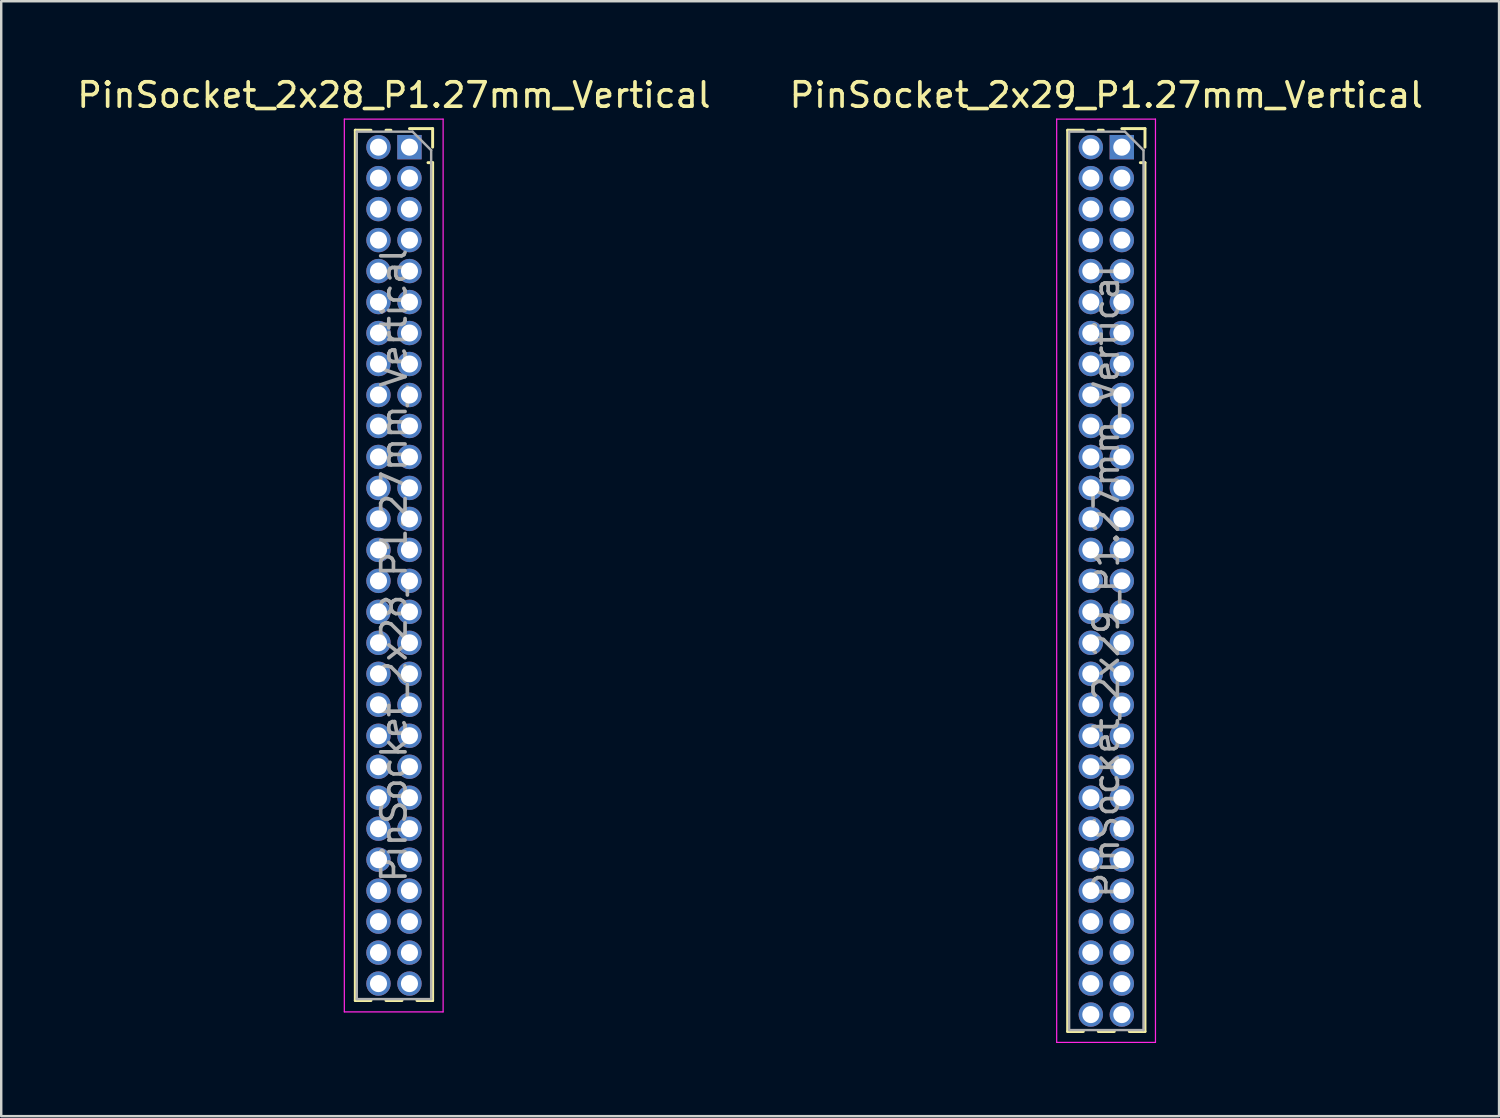
<source format=kicad_pcb>
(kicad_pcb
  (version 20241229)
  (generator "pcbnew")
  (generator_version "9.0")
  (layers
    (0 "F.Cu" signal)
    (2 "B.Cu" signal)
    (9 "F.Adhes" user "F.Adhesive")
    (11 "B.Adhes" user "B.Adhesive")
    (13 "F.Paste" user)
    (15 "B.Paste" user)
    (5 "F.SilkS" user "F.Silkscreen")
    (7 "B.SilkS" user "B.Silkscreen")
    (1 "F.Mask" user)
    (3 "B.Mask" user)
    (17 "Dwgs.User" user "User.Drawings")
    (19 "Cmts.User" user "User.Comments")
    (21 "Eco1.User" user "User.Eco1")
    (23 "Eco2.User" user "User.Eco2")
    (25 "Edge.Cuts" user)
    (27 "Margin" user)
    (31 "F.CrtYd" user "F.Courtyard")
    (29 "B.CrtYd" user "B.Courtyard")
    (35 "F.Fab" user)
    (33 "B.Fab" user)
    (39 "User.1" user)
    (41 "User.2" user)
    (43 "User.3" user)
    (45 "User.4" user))
  (footprint "PinSocket_2x28_P1.27mm_Vertical"
    (layer "F.Cu")
    (at 13.736 2.983)
    (property "Reference" "PinSocket_2x28_P1.27mm_Vertical" (at -0.635 -2.135 0) (layer "F.SilkS") (effects (font (size 1 1) (thickness 0.15))))
    (attr through_hole)
    (fp_line (start -2.22 -0.695) (end -2.22 34.985) (stroke (width 0.12) (type solid)) (layer "F.SilkS"))
    (fp_line (start -2.22 -0.695) (end -1.578 -0.695) (stroke (width 0.12) (type solid)) (layer "F.SilkS"))
    (fp_line (start -2.22 34.985) (end -1.578 34.985) (stroke (width 0.12) (type solid)) (layer "F.SilkS"))
    (fp_line (start -0.962 -0.695) (end -0.76 -0.695) (stroke (width 0.12) (type solid)) (layer "F.SilkS"))
    (fp_line (start -0.962 34.985) (end -0.308 34.985) (stroke (width 0.12) (type solid)) (layer "F.SilkS"))
    (fp_line (start 0 -0.76) (end 0.95 -0.76) (stroke (width 0.12) (type solid)) (layer "F.SilkS"))
    (fp_line (start 0.308 34.985) (end 0.95 34.985) (stroke (width 0.12) (type solid)) (layer "F.SilkS"))
    (fp_line (start 0.76 0.635) (end 0.95 0.635) (stroke (width 0.12) (type solid)) (layer "F.SilkS"))
    (fp_line (start 0.95 -0.76) (end 0.95 0) (stroke (width 0.12) (type solid)) (layer "F.SilkS"))
    (fp_line (start 0.95 0.635) (end 0.95 34.985) (stroke (width 0.12) (type solid)) (layer "F.SilkS"))
    (fp_line (start -2.67 -1.15) (end 1.38 -1.15) (stroke (width 0.05) (type solid)) (layer "F.CrtYd"))
    (fp_line (start -2.67 35.45) (end -2.67 -1.15) (stroke (width 0.05) (type solid)) (layer "F.CrtYd"))
    (fp_line (start 1.38 -1.15) (end 1.38 35.45) (stroke (width 0.05) (type solid)) (layer "F.CrtYd"))
    (fp_line (start 1.38 35.45) (end -2.67 35.45) (stroke (width 0.05) (type solid)) (layer "F.CrtYd"))
    (fp_line (start -2.16 -0.635) (end 0.128 -0.635) (stroke (width 0.1) (type solid)) (layer "F.Fab"))
    (fp_line (start -2.16 34.925) (end -2.16 -0.635) (stroke (width 0.1) (type solid)) (layer "F.Fab"))
    (fp_line (start 0.128 -0.635) (end 0.89 0.128) (stroke (width 0.1) (type solid)) (layer "F.Fab"))
    (fp_line (start 0.89 0.128) (end 0.89 34.925) (stroke (width 0.1) (type solid)) (layer "F.Fab"))
    (fp_line (start 0.89 34.925) (end -2.16 34.925) (stroke (width 0.1) (type solid)) (layer "F.Fab"))
    (fp_text user "${REFERENCE}" (at -0.635 17.145 90) (layer "F.Fab") (effects (font (size 1 1) (thickness 0.15))))
    (pad "1" thru_hole rect (at 0 0) (size 1 1) (drill 0.7) (layers "*.Cu" "*.Mask"))
    (pad "2" thru_hole oval (at -1.27 0) (size 1 1) (drill 0.7) (layers "*.Cu" "*.Mask"))
    (pad "3" thru_hole oval (at 0 1.27) (size 1 1) (drill 0.7) (layers "*.Cu" "*.Mask"))
    (pad "4" thru_hole oval (at -1.27 1.27) (size 1 1) (drill 0.7) (layers "*.Cu" "*.Mask"))
    (pad "5" thru_hole oval (at 0 2.54) (size 1 1) (drill 0.7) (layers "*.Cu" "*.Mask"))
    (pad "6" thru_hole oval (at -1.27 2.54) (size 1 1) (drill 0.7) (layers "*.Cu" "*.Mask"))
    (pad "7" thru_hole oval (at 0 3.81) (size 1 1) (drill 0.7) (layers "*.Cu" "*.Mask"))
    (pad "8" thru_hole oval (at -1.27 3.81) (size 1 1) (drill 0.7) (layers "*.Cu" "*.Mask"))
    (pad "9" thru_hole oval (at 0 5.08) (size 1 1) (drill 0.7) (layers "*.Cu" "*.Mask"))
    (pad "10" thru_hole oval (at -1.27 5.08) (size 1 1) (drill 0.7) (layers "*.Cu" "*.Mask"))
    (pad "11" thru_hole oval (at 0 6.35) (size 1 1) (drill 0.7) (layers "*.Cu" "*.Mask"))
    (pad "12" thru_hole oval (at -1.27 6.35) (size 1 1) (drill 0.7) (layers "*.Cu" "*.Mask"))
    (pad "13" thru_hole oval (at 0 7.62) (size 1 1) (drill 0.7) (layers "*.Cu" "*.Mask"))
    (pad "14" thru_hole oval (at -1.27 7.62) (size 1 1) (drill 0.7) (layers "*.Cu" "*.Mask"))
    (pad "15" thru_hole oval (at 0 8.89) (size 1 1) (drill 0.7) (layers "*.Cu" "*.Mask"))
    (pad "16" thru_hole oval (at -1.27 8.89) (size 1 1) (drill 0.7) (layers "*.Cu" "*.Mask"))
    (pad "17" thru_hole oval (at 0 10.16) (size 1 1) (drill 0.7) (layers "*.Cu" "*.Mask"))
    (pad "18" thru_hole oval (at -1.27 10.16) (size 1 1) (drill 0.7) (layers "*.Cu" "*.Mask"))
    (pad "19" thru_hole oval (at 0 11.43) (size 1 1) (drill 0.7) (layers "*.Cu" "*.Mask"))
    (pad "20" thru_hole oval (at -1.27 11.43) (size 1 1) (drill 0.7) (layers "*.Cu" "*.Mask"))
    (pad "21" thru_hole oval (at 0 12.7) (size 1 1) (drill 0.7) (layers "*.Cu" "*.Mask"))
    (pad "22" thru_hole oval (at -1.27 12.7) (size 1 1) (drill 0.7) (layers "*.Cu" "*.Mask"))
    (pad "23" thru_hole oval (at 0 13.97) (size 1 1) (drill 0.7) (layers "*.Cu" "*.Mask"))
    (pad "24" thru_hole oval (at -1.27 13.97) (size 1 1) (drill 0.7) (layers "*.Cu" "*.Mask"))
    (pad "25" thru_hole oval (at 0 15.24) (size 1 1) (drill 0.7) (layers "*.Cu" "*.Mask"))
    (pad "26" thru_hole oval (at -1.27 15.24) (size 1 1) (drill 0.7) (layers "*.Cu" "*.Mask"))
    (pad "27" thru_hole oval (at 0 16.51) (size 1 1) (drill 0.7) (layers "*.Cu" "*.Mask"))
    (pad "28" thru_hole oval (at -1.27 16.51) (size 1 1) (drill 0.7) (layers "*.Cu" "*.Mask"))
    (pad "29" thru_hole oval (at 0 17.78) (size 1 1) (drill 0.7) (layers "*.Cu" "*.Mask"))
    (pad "30" thru_hole oval (at -1.27 17.78) (size 1 1) (drill 0.7) (layers "*.Cu" "*.Mask"))
    (pad "31" thru_hole oval (at 0 19.05) (size 1 1) (drill 0.7) (layers "*.Cu" "*.Mask"))
    (pad "32" thru_hole oval (at -1.27 19.05) (size 1 1) (drill 0.7) (layers "*.Cu" "*.Mask"))
    (pad "33" thru_hole oval (at 0 20.32) (size 1 1) (drill 0.7) (layers "*.Cu" "*.Mask"))
    (pad "34" thru_hole oval (at -1.27 20.32) (size 1 1) (drill 0.7) (layers "*.Cu" "*.Mask"))
    (pad "35" thru_hole oval (at 0 21.59) (size 1 1) (drill 0.7) (layers "*.Cu" "*.Mask"))
    (pad "36" thru_hole oval (at -1.27 21.59) (size 1 1) (drill 0.7) (layers "*.Cu" "*.Mask"))
    (pad "37" thru_hole oval (at 0 22.86) (size 1 1) (drill 0.7) (layers "*.Cu" "*.Mask"))
    (pad "38" thru_hole oval (at -1.27 22.86) (size 1 1) (drill 0.7) (layers "*.Cu" "*.Mask"))
    (pad "39" thru_hole oval (at 0 24.13) (size 1 1) (drill 0.7) (layers "*.Cu" "*.Mask"))
    (pad "40" thru_hole oval (at -1.27 24.13) (size 1 1) (drill 0.7) (layers "*.Cu" "*.Mask"))
    (pad "41" thru_hole oval (at 0 25.4) (size 1 1) (drill 0.7) (layers "*.Cu" "*.Mask"))
    (pad "42" thru_hole oval (at -1.27 25.4) (size 1 1) (drill 0.7) (layers "*.Cu" "*.Mask"))
    (pad "43" thru_hole oval (at 0 26.67) (size 1 1) (drill 0.7) (layers "*.Cu" "*.Mask"))
    (pad "44" thru_hole oval (at -1.27 26.67) (size 1 1) (drill 0.7) (layers "*.Cu" "*.Mask"))
    (pad "45" thru_hole oval (at 0 27.94) (size 1 1) (drill 0.7) (layers "*.Cu" "*.Mask"))
    (pad "46" thru_hole oval (at -1.27 27.94) (size 1 1) (drill 0.7) (layers "*.Cu" "*.Mask"))
    (pad "47" thru_hole oval (at 0 29.21) (size 1 1) (drill 0.7) (layers "*.Cu" "*.Mask"))
    (pad "48" thru_hole oval (at -1.27 29.21) (size 1 1) (drill 0.7) (layers "*.Cu" "*.Mask"))
    (pad "49" thru_hole oval (at 0 30.48) (size 1 1) (drill 0.7) (layers "*.Cu" "*.Mask"))
    (pad "50" thru_hole oval (at -1.27 30.48) (size 1 1) (drill 0.7) (layers "*.Cu" "*.Mask"))
    (pad "51" thru_hole oval (at 0 31.75) (size 1 1) (drill 0.7) (layers "*.Cu" "*.Mask"))
    (pad "52" thru_hole oval (at -1.27 31.75) (size 1 1) (drill 0.7) (layers "*.Cu" "*.Mask"))
    (pad "53" thru_hole oval (at 0 33.02) (size 1 1) (drill 0.7) (layers "*.Cu" "*.Mask"))
    (pad "54" thru_hole oval (at -1.27 33.02) (size 1 1) (drill 0.7) (layers "*.Cu" "*.Mask"))
    (pad "55" thru_hole oval (at 0 34.29) (size 1 1) (drill 0.7) (layers "*.Cu" "*.Mask"))
    (pad "56" thru_hole oval (at -1.27 34.29) (size 1 1) (drill 0.7) (layers "*.Cu" "*.Mask")))
  (footprint "PinSocket_2x29_P1.27mm_Vertical"
    (layer "F.Cu")
    (at 42.939 2.983)
    (property "Reference" "PinSocket_2x29_P1.27mm_Vertical" (at -0.635 -2.135 0) (layer "F.SilkS") (effects (font (size 1 1) (thickness 0.15))))
    (attr through_hole)
    (fp_line (start -2.22 -0.695) (end -2.22 36.255) (stroke (width 0.12) (type solid)) (layer "F.SilkS"))
    (fp_line (start -2.22 -0.695) (end -1.578 -0.695) (stroke (width 0.12) (type solid)) (layer "F.SilkS"))
    (fp_line (start -2.22 36.255) (end -1.578 36.255) (stroke (width 0.12) (type solid)) (layer "F.SilkS"))
    (fp_line (start -0.962 -0.695) (end -0.76 -0.695) (stroke (width 0.12) (type solid)) (layer "F.SilkS"))
    (fp_line (start -0.962 36.255) (end -0.308 36.255) (stroke (width 0.12) (type solid)) (layer "F.SilkS"))
    (fp_line (start 0 -0.76) (end 0.95 -0.76) (stroke (width 0.12) (type solid)) (layer "F.SilkS"))
    (fp_line (start 0.308 36.255) (end 0.95 36.255) (stroke (width 0.12) (type solid)) (layer "F.SilkS"))
    (fp_line (start 0.76 0.635) (end 0.95 0.635) (stroke (width 0.12) (type solid)) (layer "F.SilkS"))
    (fp_line (start 0.95 -0.76) (end 0.95 0) (stroke (width 0.12) (type solid)) (layer "F.SilkS"))
    (fp_line (start 0.95 0.635) (end 0.95 36.255) (stroke (width 0.12) (type solid)) (layer "F.SilkS"))
    (fp_line (start -2.67 -1.15) (end 1.38 -1.15) (stroke (width 0.05) (type solid)) (layer "F.CrtYd"))
    (fp_line (start -2.67 36.7) (end -2.67 -1.15) (stroke (width 0.05) (type solid)) (layer "F.CrtYd"))
    (fp_line (start 1.38 -1.15) (end 1.38 36.7) (stroke (width 0.05) (type solid)) (layer "F.CrtYd"))
    (fp_line (start 1.38 36.7) (end -2.67 36.7) (stroke (width 0.05) (type solid)) (layer "F.CrtYd"))
    (fp_line (start -2.16 -0.635) (end 0.128 -0.635) (stroke (width 0.1) (type solid)) (layer "F.Fab"))
    (fp_line (start -2.16 36.195) (end -2.16 -0.635) (stroke (width 0.1) (type solid)) (layer "F.Fab"))
    (fp_line (start 0.128 -0.635) (end 0.89 0.128) (stroke (width 0.1) (type solid)) (layer "F.Fab"))
    (fp_line (start 0.89 0.128) (end 0.89 36.195) (stroke (width 0.1) (type solid)) (layer "F.Fab"))
    (fp_line (start 0.89 36.195) (end -2.16 36.195) (stroke (width 0.1) (type solid)) (layer "F.Fab"))
    (fp_text user "${REFERENCE}" (at -0.635 17.78 90) (layer "F.Fab") (effects (font (size 1 1) (thickness 0.15))))
    (pad "1" thru_hole rect (at 0 0) (size 1 1) (drill 0.7) (layers "*.Cu" "*.Mask"))
    (pad "2" thru_hole oval (at -1.27 0) (size 1 1) (drill 0.7) (layers "*.Cu" "*.Mask"))
    (pad "3" thru_hole oval (at 0 1.27) (size 1 1) (drill 0.7) (layers "*.Cu" "*.Mask"))
    (pad "4" thru_hole oval (at -1.27 1.27) (size 1 1) (drill 0.7) (layers "*.Cu" "*.Mask"))
    (pad "5" thru_hole oval (at 0 2.54) (size 1 1) (drill 0.7) (layers "*.Cu" "*.Mask"))
    (pad "6" thru_hole oval (at -1.27 2.54) (size 1 1) (drill 0.7) (layers "*.Cu" "*.Mask"))
    (pad "7" thru_hole oval (at 0 3.81) (size 1 1) (drill 0.7) (layers "*.Cu" "*.Mask"))
    (pad "8" thru_hole oval (at -1.27 3.81) (size 1 1) (drill 0.7) (layers "*.Cu" "*.Mask"))
    (pad "9" thru_hole oval (at 0 5.08) (size 1 1) (drill 0.7) (layers "*.Cu" "*.Mask"))
    (pad "10" thru_hole oval (at -1.27 5.08) (size 1 1) (drill 0.7) (layers "*.Cu" "*.Mask"))
    (pad "11" thru_hole oval (at 0 6.35) (size 1 1) (drill 0.7) (layers "*.Cu" "*.Mask"))
    (pad "12" thru_hole oval (at -1.27 6.35) (size 1 1) (drill 0.7) (layers "*.Cu" "*.Mask"))
    (pad "13" thru_hole oval (at 0 7.62) (size 1 1) (drill 0.7) (layers "*.Cu" "*.Mask"))
    (pad "14" thru_hole oval (at -1.27 7.62) (size 1 1) (drill 0.7) (layers "*.Cu" "*.Mask"))
    (pad "15" thru_hole oval (at 0 8.89) (size 1 1) (drill 0.7) (layers "*.Cu" "*.Mask"))
    (pad "16" thru_hole oval (at -1.27 8.89) (size 1 1) (drill 0.7) (layers "*.Cu" "*.Mask"))
    (pad "17" thru_hole oval (at 0 10.16) (size 1 1) (drill 0.7) (layers "*.Cu" "*.Mask"))
    (pad "18" thru_hole oval (at -1.27 10.16) (size 1 1) (drill 0.7) (layers "*.Cu" "*.Mask"))
    (pad "19" thru_hole oval (at 0 11.43) (size 1 1) (drill 0.7) (layers "*.Cu" "*.Mask"))
    (pad "20" thru_hole oval (at -1.27 11.43) (size 1 1) (drill 0.7) (layers "*.Cu" "*.Mask"))
    (pad "21" thru_hole oval (at 0 12.7) (size 1 1) (drill 0.7) (layers "*.Cu" "*.Mask"))
    (pad "22" thru_hole oval (at -1.27 12.7) (size 1 1) (drill 0.7) (layers "*.Cu" "*.Mask"))
    (pad "23" thru_hole oval (at 0 13.97) (size 1 1) (drill 0.7) (layers "*.Cu" "*.Mask"))
    (pad "24" thru_hole oval (at -1.27 13.97) (size 1 1) (drill 0.7) (layers "*.Cu" "*.Mask"))
    (pad "25" thru_hole oval (at 0 15.24) (size 1 1) (drill 0.7) (layers "*.Cu" "*.Mask"))
    (pad "26" thru_hole oval (at -1.27 15.24) (size 1 1) (drill 0.7) (layers "*.Cu" "*.Mask"))
    (pad "27" thru_hole oval (at 0 16.51) (size 1 1) (drill 0.7) (layers "*.Cu" "*.Mask"))
    (pad "28" thru_hole oval (at -1.27 16.51) (size 1 1) (drill 0.7) (layers "*.Cu" "*.Mask"))
    (pad "29" thru_hole oval (at 0 17.78) (size 1 1) (drill 0.7) (layers "*.Cu" "*.Mask"))
    (pad "30" thru_hole oval (at -1.27 17.78) (size 1 1) (drill 0.7) (layers "*.Cu" "*.Mask"))
    (pad "31" thru_hole oval (at 0 19.05) (size 1 1) (drill 0.7) (layers "*.Cu" "*.Mask"))
    (pad "32" thru_hole oval (at -1.27 19.05) (size 1 1) (drill 0.7) (layers "*.Cu" "*.Mask"))
    (pad "33" thru_hole oval (at 0 20.32) (size 1 1) (drill 0.7) (layers "*.Cu" "*.Mask"))
    (pad "34" thru_hole oval (at -1.27 20.32) (size 1 1) (drill 0.7) (layers "*.Cu" "*.Mask"))
    (pad "35" thru_hole oval (at 0 21.59) (size 1 1) (drill 0.7) (layers "*.Cu" "*.Mask"))
    (pad "36" thru_hole oval (at -1.27 21.59) (size 1 1) (drill 0.7) (layers "*.Cu" "*.Mask"))
    (pad "37" thru_hole oval (at 0 22.86) (size 1 1) (drill 0.7) (layers "*.Cu" "*.Mask"))
    (pad "38" thru_hole oval (at -1.27 22.86) (size 1 1) (drill 0.7) (layers "*.Cu" "*.Mask"))
    (pad "39" thru_hole oval (at 0 24.13) (size 1 1) (drill 0.7) (layers "*.Cu" "*.Mask"))
    (pad "40" thru_hole oval (at -1.27 24.13) (size 1 1) (drill 0.7) (layers "*.Cu" "*.Mask"))
    (pad "41" thru_hole oval (at 0 25.4) (size 1 1) (drill 0.7) (layers "*.Cu" "*.Mask"))
    (pad "42" thru_hole oval (at -1.27 25.4) (size 1 1) (drill 0.7) (layers "*.Cu" "*.Mask"))
    (pad "43" thru_hole oval (at 0 26.67) (size 1 1) (drill 0.7) (layers "*.Cu" "*.Mask"))
    (pad "44" thru_hole oval (at -1.27 26.67) (size 1 1) (drill 0.7) (layers "*.Cu" "*.Mask"))
    (pad "45" thru_hole oval (at 0 27.94) (size 1 1) (drill 0.7) (layers "*.Cu" "*.Mask"))
    (pad "46" thru_hole oval (at -1.27 27.94) (size 1 1) (drill 0.7) (layers "*.Cu" "*.Mask"))
    (pad "47" thru_hole oval (at 0 29.21) (size 1 1) (drill 0.7) (layers "*.Cu" "*.Mask"))
    (pad "48" thru_hole oval (at -1.27 29.21) (size 1 1) (drill 0.7) (layers "*.Cu" "*.Mask"))
    (pad "49" thru_hole oval (at 0 30.48) (size 1 1) (drill 0.7) (layers "*.Cu" "*.Mask"))
    (pad "50" thru_hole oval (at -1.27 30.48) (size 1 1) (drill 0.7) (layers "*.Cu" "*.Mask"))
    (pad "51" thru_hole oval (at 0 31.75) (size 1 1) (drill 0.7) (layers "*.Cu" "*.Mask"))
    (pad "52" thru_hole oval (at -1.27 31.75) (size 1 1) (drill 0.7) (layers "*.Cu" "*.Mask"))
    (pad "53" thru_hole oval (at 0 33.02) (size 1 1) (drill 0.7) (layers "*.Cu" "*.Mask"))
    (pad "54" thru_hole oval (at -1.27 33.02) (size 1 1) (drill 0.7) (layers "*.Cu" "*.Mask"))
    (pad "55" thru_hole oval (at 0 34.29) (size 1 1) (drill 0.7) (layers "*.Cu" "*.Mask"))
    (pad "56" thru_hole oval (at -1.27 34.29) (size 1 1) (drill 0.7) (layers "*.Cu" "*.Mask"))
    (pad "57" thru_hole oval (at 0 35.56) (size 1 1) (drill 0.7) (layers "*.Cu" "*.Mask"))
    (pad "58" thru_hole oval (at -1.27 35.56) (size 1 1) (drill 0.7) (layers "*.Cu" "*.Mask")))
  (gr_rect
    (start -3 -3)
    (end 58.405 42.708)
    (stroke (width 0.1) (type default))
    (fill no)
    (layer "Edge.Cuts")))
</source>
